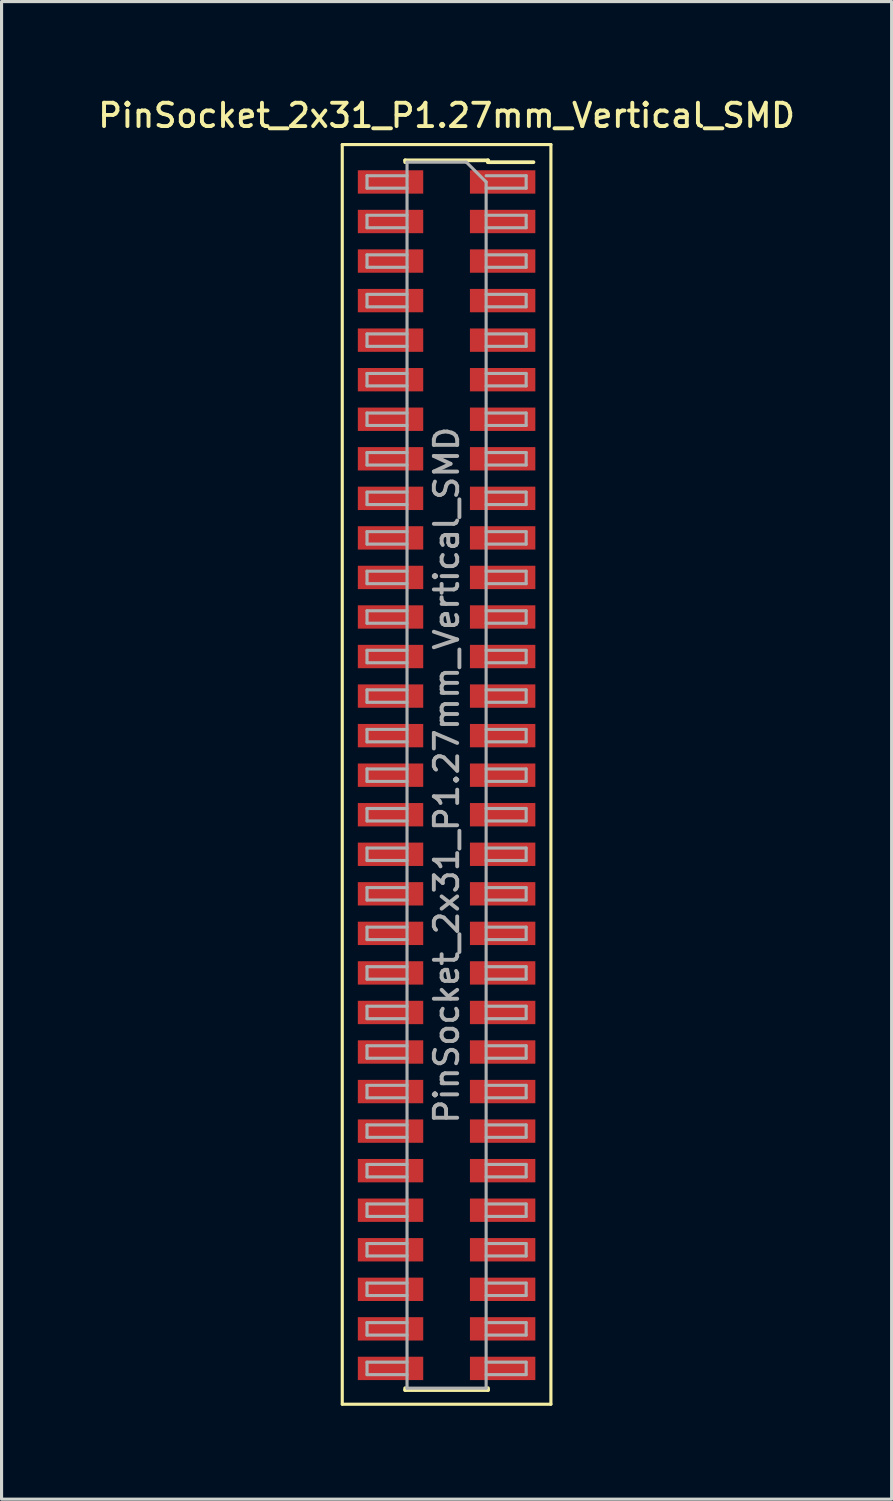
<source format=kicad_pcb>
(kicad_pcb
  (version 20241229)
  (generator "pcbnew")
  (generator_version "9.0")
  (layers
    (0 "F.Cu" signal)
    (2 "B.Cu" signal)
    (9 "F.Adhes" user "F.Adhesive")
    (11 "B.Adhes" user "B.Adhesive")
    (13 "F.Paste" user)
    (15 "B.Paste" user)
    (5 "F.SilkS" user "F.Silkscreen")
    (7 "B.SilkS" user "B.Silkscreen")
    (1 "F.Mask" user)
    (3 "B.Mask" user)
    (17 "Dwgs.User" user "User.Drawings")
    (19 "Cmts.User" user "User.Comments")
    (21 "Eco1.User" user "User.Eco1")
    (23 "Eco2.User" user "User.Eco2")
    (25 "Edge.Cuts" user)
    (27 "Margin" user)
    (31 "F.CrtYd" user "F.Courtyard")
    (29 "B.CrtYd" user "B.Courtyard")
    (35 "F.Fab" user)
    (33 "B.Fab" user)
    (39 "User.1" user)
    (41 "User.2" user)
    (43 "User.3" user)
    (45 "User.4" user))
  (footprint "PinSocket_2x31_P1.27mm_Vertical_SMD"
    (layer "F.Cu")
    (at 11.291 21.843)
    (property "Reference" "PinSocket_2x31_P1.27mm_Vertical_SMD" (at 0 -21.185 0) (layer "F.SilkS") (effects (font (size 0.75 0.75) (thickness 0.125))))
    (attr smd)
    (fp_line (start -3.35 -20.25) (end 3.35 -20.25) (stroke (width 0.1) (type solid)) (layer "F.SilkS"))
    (fp_line (start -3.35 20.2) (end -3.35 -20.25) (stroke (width 0.1) (type solid)) (layer "F.SilkS"))
    (fp_line (start -1.33 -19.745) (end -1.33 -19.685) (stroke (width 0.12) (type solid)) (layer "F.SilkS"))
    (fp_line (start -1.33 -19.745) (end 1.33 -19.745) (stroke (width 0.12) (type solid)) (layer "F.SilkS"))
    (fp_line (start -1.33 19.685) (end -1.33 19.745) (stroke (width 0.12) (type solid)) (layer "F.SilkS"))
    (fp_line (start -1.33 19.745) (end 1.33 19.745) (stroke (width 0.12) (type solid)) (layer "F.SilkS"))
    (fp_line (start 1.33 -19.745) (end 1.33 -19.685) (stroke (width 0.12) (type solid)) (layer "F.SilkS"))
    (fp_line (start 1.33 -19.685) (end 2.79 -19.685) (stroke (width 0.12) (type solid)) (layer "F.SilkS"))
    (fp_line (start 1.33 19.685) (end 1.33 19.745) (stroke (width 0.12) (type solid)) (layer "F.SilkS"))
    (fp_line (start 3.35 -20.25) (end 3.35 20.2) (stroke (width 0.1) (type solid)) (layer "F.SilkS"))
    (fp_line (start 3.35 20.2) (end -3.35 20.2) (stroke (width 0.1) (type solid)) (layer "F.SilkS"))
    (fp_line (start -2.555 -19.25) (end -1.27 -19.25) (stroke (width 0.1) (type solid)) (layer "F.Fab"))
    (fp_line (start -2.555 -18.85) (end -2.555 -19.25) (stroke (width 0.1) (type solid)) (layer "F.Fab"))
    (fp_line (start -2.555 -17.98) (end -1.27 -17.98) (stroke (width 0.1) (type solid)) (layer "F.Fab"))
    (fp_line (start -2.555 -17.58) (end -2.555 -17.98) (stroke (width 0.1) (type solid)) (layer "F.Fab"))
    (fp_line (start -2.555 -16.71) (end -1.27 -16.71) (stroke (width 0.1) (type solid)) (layer "F.Fab"))
    (fp_line (start -2.555 -16.31) (end -2.555 -16.71) (stroke (width 0.1) (type solid)) (layer "F.Fab"))
    (fp_line (start -2.555 -15.44) (end -1.27 -15.44) (stroke (width 0.1) (type solid)) (layer "F.Fab"))
    (fp_line (start -2.555 -15.04) (end -2.555 -15.44) (stroke (width 0.1) (type solid)) (layer "F.Fab"))
    (fp_line (start -2.555 -14.17) (end -1.27 -14.17) (stroke (width 0.1) (type solid)) (layer "F.Fab"))
    (fp_line (start -2.555 -13.77) (end -2.555 -14.17) (stroke (width 0.1) (type solid)) (layer "F.Fab"))
    (fp_line (start -2.555 -12.9) (end -1.27 -12.9) (stroke (width 0.1) (type solid)) (layer "F.Fab"))
    (fp_line (start -2.555 -12.5) (end -2.555 -12.9) (stroke (width 0.1) (type solid)) (layer "F.Fab"))
    (fp_line (start -2.555 -11.63) (end -1.27 -11.63) (stroke (width 0.1) (type solid)) (layer "F.Fab"))
    (fp_line (start -2.555 -11.23) (end -2.555 -11.63) (stroke (width 0.1) (type solid)) (layer "F.Fab"))
    (fp_line (start -2.555 -10.36) (end -1.27 -10.36) (stroke (width 0.1) (type solid)) (layer "F.Fab"))
    (fp_line (start -2.555 -9.96) (end -2.555 -10.36) (stroke (width 0.1) (type solid)) (layer "F.Fab"))
    (fp_line (start -2.555 -9.09) (end -1.27 -9.09) (stroke (width 0.1) (type solid)) (layer "F.Fab"))
    (fp_line (start -2.555 -8.69) (end -2.555 -9.09) (stroke (width 0.1) (type solid)) (layer "F.Fab"))
    (fp_line (start -2.555 -7.82) (end -1.27 -7.82) (stroke (width 0.1) (type solid)) (layer "F.Fab"))
    (fp_line (start -2.555 -7.42) (end -2.555 -7.82) (stroke (width 0.1) (type solid)) (layer "F.Fab"))
    (fp_line (start -2.555 -6.55) (end -1.27 -6.55) (stroke (width 0.1) (type solid)) (layer "F.Fab"))
    (fp_line (start -2.555 -6.15) (end -2.555 -6.55) (stroke (width 0.1) (type solid)) (layer "F.Fab"))
    (fp_line (start -2.555 -5.28) (end -1.27 -5.28) (stroke (width 0.1) (type solid)) (layer "F.Fab"))
    (fp_line (start -2.555 -4.88) (end -2.555 -5.28) (stroke (width 0.1) (type solid)) (layer "F.Fab"))
    (fp_line (start -2.555 -4.01) (end -1.27 -4.01) (stroke (width 0.1) (type solid)) (layer "F.Fab"))
    (fp_line (start -2.555 -3.61) (end -2.555 -4.01) (stroke (width 0.1) (type solid)) (layer "F.Fab"))
    (fp_line (start -2.555 -2.74) (end -1.27 -2.74) (stroke (width 0.1) (type solid)) (layer "F.Fab"))
    (fp_line (start -2.555 -2.34) (end -2.555 -2.74) (stroke (width 0.1) (type solid)) (layer "F.Fab"))
    (fp_line (start -2.555 -1.47) (end -1.27 -1.47) (stroke (width 0.1) (type solid)) (layer "F.Fab"))
    (fp_line (start -2.555 -1.07) (end -2.555 -1.47) (stroke (width 0.1) (type solid)) (layer "F.Fab"))
    (fp_line (start -2.555 -0.2) (end -1.27 -0.2) (stroke (width 0.1) (type solid)) (layer "F.Fab"))
    (fp_line (start -2.555 0.2) (end -2.555 -0.2) (stroke (width 0.1) (type solid)) (layer "F.Fab"))
    (fp_line (start -2.555 1.07) (end -1.27 1.07) (stroke (width 0.1) (type solid)) (layer "F.Fab"))
    (fp_line (start -2.555 1.47) (end -2.555 1.07) (stroke (width 0.1) (type solid)) (layer "F.Fab"))
    (fp_line (start -2.555 2.34) (end -1.27 2.34) (stroke (width 0.1) (type solid)) (layer "F.Fab"))
    (fp_line (start -2.555 2.74) (end -2.555 2.34) (stroke (width 0.1) (type solid)) (layer "F.Fab"))
    (fp_line (start -2.555 3.61) (end -1.27 3.61) (stroke (width 0.1) (type solid)) (layer "F.Fab"))
    (fp_line (start -2.555 4.01) (end -2.555 3.61) (stroke (width 0.1) (type solid)) (layer "F.Fab"))
    (fp_line (start -2.555 4.88) (end -1.27 4.88) (stroke (width 0.1) (type solid)) (layer "F.Fab"))
    (fp_line (start -2.555 5.28) (end -2.555 4.88) (stroke (width 0.1) (type solid)) (layer "F.Fab"))
    (fp_line (start -2.555 6.15) (end -1.27 6.15) (stroke (width 0.1) (type solid)) (layer "F.Fab"))
    (fp_line (start -2.555 6.55) (end -2.555 6.15) (stroke (width 0.1) (type solid)) (layer "F.Fab"))
    (fp_line (start -2.555 7.42) (end -1.27 7.42) (stroke (width 0.1) (type solid)) (layer "F.Fab"))
    (fp_line (start -2.555 7.82) (end -2.555 7.42) (stroke (width 0.1) (type solid)) (layer "F.Fab"))
    (fp_line (start -2.555 8.69) (end -1.27 8.69) (stroke (width 0.1) (type solid)) (layer "F.Fab"))
    (fp_line (start -2.555 9.09) (end -2.555 8.69) (stroke (width 0.1) (type solid)) (layer "F.Fab"))
    (fp_line (start -2.555 9.96) (end -1.27 9.96) (stroke (width 0.1) (type solid)) (layer "F.Fab"))
    (fp_line (start -2.555 10.36) (end -2.555 9.96) (stroke (width 0.1) (type solid)) (layer "F.Fab"))
    (fp_line (start -2.555 11.23) (end -1.27 11.23) (stroke (width 0.1) (type solid)) (layer "F.Fab"))
    (fp_line (start -2.555 11.63) (end -2.555 11.23) (stroke (width 0.1) (type solid)) (layer "F.Fab"))
    (fp_line (start -2.555 12.5) (end -1.27 12.5) (stroke (width 0.1) (type solid)) (layer "F.Fab"))
    (fp_line (start -2.555 12.9) (end -2.555 12.5) (stroke (width 0.1) (type solid)) (layer "F.Fab"))
    (fp_line (start -2.555 13.77) (end -1.27 13.77) (stroke (width 0.1) (type solid)) (layer "F.Fab"))
    (fp_line (start -2.555 14.17) (end -2.555 13.77) (stroke (width 0.1) (type solid)) (layer "F.Fab"))
    (fp_line (start -2.555 15.04) (end -1.27 15.04) (stroke (width 0.1) (type solid)) (layer "F.Fab"))
    (fp_line (start -2.555 15.44) (end -2.555 15.04) (stroke (width 0.1) (type solid)) (layer "F.Fab"))
    (fp_line (start -2.555 16.31) (end -1.27 16.31) (stroke (width 0.1) (type solid)) (layer "F.Fab"))
    (fp_line (start -2.555 16.71) (end -2.555 16.31) (stroke (width 0.1) (type solid)) (layer "F.Fab"))
    (fp_line (start -2.555 17.58) (end -1.27 17.58) (stroke (width 0.1) (type solid)) (layer "F.Fab"))
    (fp_line (start -2.555 17.98) (end -2.555 17.58) (stroke (width 0.1) (type solid)) (layer "F.Fab"))
    (fp_line (start -2.555 18.85) (end -1.27 18.85) (stroke (width 0.1) (type solid)) (layer "F.Fab"))
    (fp_line (start -2.555 19.25) (end -2.555 18.85) (stroke (width 0.1) (type solid)) (layer "F.Fab"))
    (fp_line (start -1.27 -19.685) (end 0.635 -19.685) (stroke (width 0.1) (type solid)) (layer "F.Fab"))
    (fp_line (start -1.27 -18.85) (end -2.555 -18.85) (stroke (width 0.1) (type solid)) (layer "F.Fab"))
    (fp_line (start -1.27 -17.58) (end -2.555 -17.58) (stroke (width 0.1) (type solid)) (layer "F.Fab"))
    (fp_line (start -1.27 -16.31) (end -2.555 -16.31) (stroke (width 0.1) (type solid)) (layer "F.Fab"))
    (fp_line (start -1.27 -15.04) (end -2.555 -15.04) (stroke (width 0.1) (type solid)) (layer "F.Fab"))
    (fp_line (start -1.27 -13.77) (end -2.555 -13.77) (stroke (width 0.1) (type solid)) (layer "F.Fab"))
    (fp_line (start -1.27 -12.5) (end -2.555 -12.5) (stroke (width 0.1) (type solid)) (layer "F.Fab"))
    (fp_line (start -1.27 -11.23) (end -2.555 -11.23) (stroke (width 0.1) (type solid)) (layer "F.Fab"))
    (fp_line (start -1.27 -9.96) (end -2.555 -9.96) (stroke (width 0.1) (type solid)) (layer "F.Fab"))
    (fp_line (start -1.27 -8.69) (end -2.555 -8.69) (stroke (width 0.1) (type solid)) (layer "F.Fab"))
    (fp_line (start -1.27 -7.42) (end -2.555 -7.42) (stroke (width 0.1) (type solid)) (layer "F.Fab"))
    (fp_line (start -1.27 -6.15) (end -2.555 -6.15) (stroke (width 0.1) (type solid)) (layer "F.Fab"))
    (fp_line (start -1.27 -4.88) (end -2.555 -4.88) (stroke (width 0.1) (type solid)) (layer "F.Fab"))
    (fp_line (start -1.27 -3.61) (end -2.555 -3.61) (stroke (width 0.1) (type solid)) (layer "F.Fab"))
    (fp_line (start -1.27 -2.34) (end -2.555 -2.34) (stroke (width 0.1) (type solid)) (layer "F.Fab"))
    (fp_line (start -1.27 -1.07) (end -2.555 -1.07) (stroke (width 0.1) (type solid)) (layer "F.Fab"))
    (fp_line (start -1.27 0.2) (end -2.555 0.2) (stroke (width 0.1) (type solid)) (layer "F.Fab"))
    (fp_line (start -1.27 1.47) (end -2.555 1.47) (stroke (width 0.1) (type solid)) (layer "F.Fab"))
    (fp_line (start -1.27 2.74) (end -2.555 2.74) (stroke (width 0.1) (type solid)) (layer "F.Fab"))
    (fp_line (start -1.27 4.01) (end -2.555 4.01) (stroke (width 0.1) (type solid)) (layer "F.Fab"))
    (fp_line (start -1.27 5.28) (end -2.555 5.28) (stroke (width 0.1) (type solid)) (layer "F.Fab"))
    (fp_line (start -1.27 6.55) (end -2.555 6.55) (stroke (width 0.1) (type solid)) (layer "F.Fab"))
    (fp_line (start -1.27 7.82) (end -2.555 7.82) (stroke (width 0.1) (type solid)) (layer "F.Fab"))
    (fp_line (start -1.27 9.09) (end -2.555 9.09) (stroke (width 0.1) (type solid)) (layer "F.Fab"))
    (fp_line (start -1.27 10.36) (end -2.555 10.36) (stroke (width 0.1) (type solid)) (layer "F.Fab"))
    (fp_line (start -1.27 11.63) (end -2.555 11.63) (stroke (width 0.1) (type solid)) (layer "F.Fab"))
    (fp_line (start -1.27 12.9) (end -2.555 12.9) (stroke (width 0.1) (type solid)) (layer "F.Fab"))
    (fp_line (start -1.27 14.17) (end -2.555 14.17) (stroke (width 0.1) (type solid)) (layer "F.Fab"))
    (fp_line (start -1.27 15.44) (end -2.555 15.44) (stroke (width 0.1) (type solid)) (layer "F.Fab"))
    (fp_line (start -1.27 16.71) (end -2.555 16.71) (stroke (width 0.1) (type solid)) (layer "F.Fab"))
    (fp_line (start -1.27 17.98) (end -2.555 17.98) (stroke (width 0.1) (type solid)) (layer "F.Fab"))
    (fp_line (start -1.27 19.25) (end -2.555 19.25) (stroke (width 0.1) (type solid)) (layer "F.Fab"))
    (fp_line (start -1.27 19.685) (end -1.27 -19.685) (stroke (width 0.1) (type solid)) (layer "F.Fab"))
    (fp_line (start 0.635 -19.685) (end 1.27 -19.05) (stroke (width 0.1) (type solid)) (layer "F.Fab"))
    (fp_line (start 1.27 -19.25) (end 2.555 -19.25) (stroke (width 0.1) (type solid)) (layer "F.Fab"))
    (fp_line (start 1.27 -19.05) (end 1.27 19.685) (stroke (width 0.1) (type solid)) (layer "F.Fab"))
    (fp_line (start 1.27 -17.98) (end 2.555 -17.98) (stroke (width 0.1) (type solid)) (layer "F.Fab"))
    (fp_line (start 1.27 -16.71) (end 2.555 -16.71) (stroke (width 0.1) (type solid)) (layer "F.Fab"))
    (fp_line (start 1.27 -15.44) (end 2.555 -15.44) (stroke (width 0.1) (type solid)) (layer "F.Fab"))
    (fp_line (start 1.27 -14.17) (end 2.555 -14.17) (stroke (width 0.1) (type solid)) (layer "F.Fab"))
    (fp_line (start 1.27 -12.9) (end 2.555 -12.9) (stroke (width 0.1) (type solid)) (layer "F.Fab"))
    (fp_line (start 1.27 -11.63) (end 2.555 -11.63) (stroke (width 0.1) (type solid)) (layer "F.Fab"))
    (fp_line (start 1.27 -10.36) (end 2.555 -10.36) (stroke (width 0.1) (type solid)) (layer "F.Fab"))
    (fp_line (start 1.27 -9.09) (end 2.555 -9.09) (stroke (width 0.1) (type solid)) (layer "F.Fab"))
    (fp_line (start 1.27 -7.82) (end 2.555 -7.82) (stroke (width 0.1) (type solid)) (layer "F.Fab"))
    (fp_line (start 1.27 -6.55) (end 2.555 -6.55) (stroke (width 0.1) (type solid)) (layer "F.Fab"))
    (fp_line (start 1.27 -5.28) (end 2.555 -5.28) (stroke (width 0.1) (type solid)) (layer "F.Fab"))
    (fp_line (start 1.27 -4.01) (end 2.555 -4.01) (stroke (width 0.1) (type solid)) (layer "F.Fab"))
    (fp_line (start 1.27 -2.74) (end 2.555 -2.74) (stroke (width 0.1) (type solid)) (layer "F.Fab"))
    (fp_line (start 1.27 -1.47) (end 2.555 -1.47) (stroke (width 0.1) (type solid)) (layer "F.Fab"))
    (fp_line (start 1.27 -0.2) (end 2.555 -0.2) (stroke (width 0.1) (type solid)) (layer "F.Fab"))
    (fp_line (start 1.27 1.07) (end 2.555 1.07) (stroke (width 0.1) (type solid)) (layer "F.Fab"))
    (fp_line (start 1.27 2.34) (end 2.555 2.34) (stroke (width 0.1) (type solid)) (layer "F.Fab"))
    (fp_line (start 1.27 3.61) (end 2.555 3.61) (stroke (width 0.1) (type solid)) (layer "F.Fab"))
    (fp_line (start 1.27 4.88) (end 2.555 4.88) (stroke (width 0.1) (type solid)) (layer "F.Fab"))
    (fp_line (start 1.27 6.15) (end 2.555 6.15) (stroke (width 0.1) (type solid)) (layer "F.Fab"))
    (fp_line (start 1.27 7.42) (end 2.555 7.42) (stroke (width 0.1) (type solid)) (layer "F.Fab"))
    (fp_line (start 1.27 8.69) (end 2.555 8.69) (stroke (width 0.1) (type solid)) (layer "F.Fab"))
    (fp_line (start 1.27 9.96) (end 2.555 9.96) (stroke (width 0.1) (type solid)) (layer "F.Fab"))
    (fp_line (start 1.27 11.23) (end 2.555 11.23) (stroke (width 0.1) (type solid)) (layer "F.Fab"))
    (fp_line (start 1.27 12.5) (end 2.555 12.5) (stroke (width 0.1) (type solid)) (layer "F.Fab"))
    (fp_line (start 1.27 13.77) (end 2.555 13.77) (stroke (width 0.1) (type solid)) (layer "F.Fab"))
    (fp_line (start 1.27 15.04) (end 2.555 15.04) (stroke (width 0.1) (type solid)) (layer "F.Fab"))
    (fp_line (start 1.27 16.31) (end 2.555 16.31) (stroke (width 0.1) (type solid)) (layer "F.Fab"))
    (fp_line (start 1.27 17.58) (end 2.555 17.58) (stroke (width 0.1) (type solid)) (layer "F.Fab"))
    (fp_line (start 1.27 18.85) (end 2.555 18.85) (stroke (width 0.1) (type solid)) (layer "F.Fab"))
    (fp_line (start 1.27 19.685) (end -1.27 19.685) (stroke (width 0.1) (type solid)) (layer "F.Fab"))
    (fp_line (start 2.555 -19.25) (end 2.555 -18.85) (stroke (width 0.1) (type solid)) (layer "F.Fab"))
    (fp_line (start 2.555 -18.85) (end 1.27 -18.85) (stroke (width 0.1) (type solid)) (layer "F.Fab"))
    (fp_line (start 2.555 -17.98) (end 2.555 -17.58) (stroke (width 0.1) (type solid)) (layer "F.Fab"))
    (fp_line (start 2.555 -17.58) (end 1.27 -17.58) (stroke (width 0.1) (type solid)) (layer "F.Fab"))
    (fp_line (start 2.555 -16.71) (end 2.555 -16.31) (stroke (width 0.1) (type solid)) (layer "F.Fab"))
    (fp_line (start 2.555 -16.31) (end 1.27 -16.31) (stroke (width 0.1) (type solid)) (layer "F.Fab"))
    (fp_line (start 2.555 -15.44) (end 2.555 -15.04) (stroke (width 0.1) (type solid)) (layer "F.Fab"))
    (fp_line (start 2.555 -15.04) (end 1.27 -15.04) (stroke (width 0.1) (type solid)) (layer "F.Fab"))
    (fp_line (start 2.555 -14.17) (end 2.555 -13.77) (stroke (width 0.1) (type solid)) (layer "F.Fab"))
    (fp_line (start 2.555 -13.77) (end 1.27 -13.77) (stroke (width 0.1) (type solid)) (layer "F.Fab"))
    (fp_line (start 2.555 -12.9) (end 2.555 -12.5) (stroke (width 0.1) (type solid)) (layer "F.Fab"))
    (fp_line (start 2.555 -12.5) (end 1.27 -12.5) (stroke (width 0.1) (type solid)) (layer "F.Fab"))
    (fp_line (start 2.555 -11.63) (end 2.555 -11.23) (stroke (width 0.1) (type solid)) (layer "F.Fab"))
    (fp_line (start 2.555 -11.23) (end 1.27 -11.23) (stroke (width 0.1) (type solid)) (layer "F.Fab"))
    (fp_line (start 2.555 -10.36) (end 2.555 -9.96) (stroke (width 0.1) (type solid)) (layer "F.Fab"))
    (fp_line (start 2.555 -9.96) (end 1.27 -9.96) (stroke (width 0.1) (type solid)) (layer "F.Fab"))
    (fp_line (start 2.555 -9.09) (end 2.555 -8.69) (stroke (width 0.1) (type solid)) (layer "F.Fab"))
    (fp_line (start 2.555 -8.69) (end 1.27 -8.69) (stroke (width 0.1) (type solid)) (layer "F.Fab"))
    (fp_line (start 2.555 -7.82) (end 2.555 -7.42) (stroke (width 0.1) (type solid)) (layer "F.Fab"))
    (fp_line (start 2.555 -7.42) (end 1.27 -7.42) (stroke (width 0.1) (type solid)) (layer "F.Fab"))
    (fp_line (start 2.555 -6.55) (end 2.555 -6.15) (stroke (width 0.1) (type solid)) (layer "F.Fab"))
    (fp_line (start 2.555 -6.15) (end 1.27 -6.15) (stroke (width 0.1) (type solid)) (layer "F.Fab"))
    (fp_line (start 2.555 -5.28) (end 2.555 -4.88) (stroke (width 0.1) (type solid)) (layer "F.Fab"))
    (fp_line (start 2.555 -4.88) (end 1.27 -4.88) (stroke (width 0.1) (type solid)) (layer "F.Fab"))
    (fp_line (start 2.555 -4.01) (end 2.555 -3.61) (stroke (width 0.1) (type solid)) (layer "F.Fab"))
    (fp_line (start 2.555 -3.61) (end 1.27 -3.61) (stroke (width 0.1) (type solid)) (layer "F.Fab"))
    (fp_line (start 2.555 -2.74) (end 2.555 -2.34) (stroke (width 0.1) (type solid)) (layer "F.Fab"))
    (fp_line (start 2.555 -2.34) (end 1.27 -2.34) (stroke (width 0.1) (type solid)) (layer "F.Fab"))
    (fp_line (start 2.555 -1.47) (end 2.555 -1.07) (stroke (width 0.1) (type solid)) (layer "F.Fab"))
    (fp_line (start 2.555 -1.07) (end 1.27 -1.07) (stroke (width 0.1) (type solid)) (layer "F.Fab"))
    (fp_line (start 2.555 -0.2) (end 2.555 0.2) (stroke (width 0.1) (type solid)) (layer "F.Fab"))
    (fp_line (start 2.555 0.2) (end 1.27 0.2) (stroke (width 0.1) (type solid)) (layer "F.Fab"))
    (fp_line (start 2.555 1.07) (end 2.555 1.47) (stroke (width 0.1) (type solid)) (layer "F.Fab"))
    (fp_line (start 2.555 1.47) (end 1.27 1.47) (stroke (width 0.1) (type solid)) (layer "F.Fab"))
    (fp_line (start 2.555 2.34) (end 2.555 2.74) (stroke (width 0.1) (type solid)) (layer "F.Fab"))
    (fp_line (start 2.555 2.74) (end 1.27 2.74) (stroke (width 0.1) (type solid)) (layer "F.Fab"))
    (fp_line (start 2.555 3.61) (end 2.555 4.01) (stroke (width 0.1) (type solid)) (layer "F.Fab"))
    (fp_line (start 2.555 4.01) (end 1.27 4.01) (stroke (width 0.1) (type solid)) (layer "F.Fab"))
    (fp_line (start 2.555 4.88) (end 2.555 5.28) (stroke (width 0.1) (type solid)) (layer "F.Fab"))
    (fp_line (start 2.555 5.28) (end 1.27 5.28) (stroke (width 0.1) (type solid)) (layer "F.Fab"))
    (fp_line (start 2.555 6.15) (end 2.555 6.55) (stroke (width 0.1) (type solid)) (layer "F.Fab"))
    (fp_line (start 2.555 6.55) (end 1.27 6.55) (stroke (width 0.1) (type solid)) (layer "F.Fab"))
    (fp_line (start 2.555 7.42) (end 2.555 7.82) (stroke (width 0.1) (type solid)) (layer "F.Fab"))
    (fp_line (start 2.555 7.82) (end 1.27 7.82) (stroke (width 0.1) (type solid)) (layer "F.Fab"))
    (fp_line (start 2.555 8.69) (end 2.555 9.09) (stroke (width 0.1) (type solid)) (layer "F.Fab"))
    (fp_line (start 2.555 9.09) (end 1.27 9.09) (stroke (width 0.1) (type solid)) (layer "F.Fab"))
    (fp_line (start 2.555 9.96) (end 2.555 10.36) (stroke (width 0.1) (type solid)) (layer "F.Fab"))
    (fp_line (start 2.555 10.36) (end 1.27 10.36) (stroke (width 0.1) (type solid)) (layer "F.Fab"))
    (fp_line (start 2.555 11.23) (end 2.555 11.63) (stroke (width 0.1) (type solid)) (layer "F.Fab"))
    (fp_line (start 2.555 11.63) (end 1.27 11.63) (stroke (width 0.1) (type solid)) (layer "F.Fab"))
    (fp_line (start 2.555 12.5) (end 2.555 12.9) (stroke (width 0.1) (type solid)) (layer "F.Fab"))
    (fp_line (start 2.555 12.9) (end 1.27 12.9) (stroke (width 0.1) (type solid)) (layer "F.Fab"))
    (fp_line (start 2.555 13.77) (end 2.555 14.17) (stroke (width 0.1) (type solid)) (layer "F.Fab"))
    (fp_line (start 2.555 14.17) (end 1.27 14.17) (stroke (width 0.1) (type solid)) (layer "F.Fab"))
    (fp_line (start 2.555 15.04) (end 2.555 15.44) (stroke (width 0.1) (type solid)) (layer "F.Fab"))
    (fp_line (start 2.555 15.44) (end 1.27 15.44) (stroke (width 0.1) (type solid)) (layer "F.Fab"))
    (fp_line (start 2.555 16.31) (end 2.555 16.71) (stroke (width 0.1) (type solid)) (layer "F.Fab"))
    (fp_line (start 2.555 16.71) (end 1.27 16.71) (stroke (width 0.1) (type solid)) (layer "F.Fab"))
    (fp_line (start 2.555 17.58) (end 2.555 17.98) (stroke (width 0.1) (type solid)) (layer "F.Fab"))
    (fp_line (start 2.555 17.98) (end 1.27 17.98) (stroke (width 0.1) (type solid)) (layer "F.Fab"))
    (fp_line (start 2.555 18.85) (end 2.555 19.25) (stroke (width 0.1) (type solid)) (layer "F.Fab"))
    (fp_line (start 2.555 19.25) (end 1.27 19.25) (stroke (width 0.1) (type solid)) (layer "F.Fab"))
    (fp_text user "${REFERENCE}" (at 0 0 90) (layer "F.Fab") (effects (font (size 0.75 0.75) (thickness 0.125))))
    (pad "1" smd rect (at 1.8 -19.05) (size 2.1 0.75) (layers "F.Cu" "F.Mask" "F.Paste"))
    (pad "2" smd rect (at -1.8 -19.05) (size 2.1 0.75) (layers "F.Cu" "F.Mask" "F.Paste"))
    (pad "3" smd rect (at 1.8 -17.78) (size 2.1 0.75) (layers "F.Cu" "F.Mask" "F.Paste"))
    (pad "4" smd rect (at -1.8 -17.78) (size 2.1 0.75) (layers "F.Cu" "F.Mask" "F.Paste"))
    (pad "5" smd rect (at 1.8 -16.51) (size 2.1 0.75) (layers "F.Cu" "F.Mask" "F.Paste"))
    (pad "6" smd rect (at -1.8 -16.51) (size 2.1 0.75) (layers "F.Cu" "F.Mask" "F.Paste"))
    (pad "7" smd rect (at 1.8 -15.24) (size 2.1 0.75) (layers "F.Cu" "F.Mask" "F.Paste"))
    (pad "8" smd rect (at -1.8 -15.24) (size 2.1 0.75) (layers "F.Cu" "F.Mask" "F.Paste"))
    (pad "9" smd rect (at 1.8 -13.97) (size 2.1 0.75) (layers "F.Cu" "F.Mask" "F.Paste"))
    (pad "10" smd rect (at -1.8 -13.97) (size 2.1 0.75) (layers "F.Cu" "F.Mask" "F.Paste"))
    (pad "11" smd rect (at 1.8 -12.7) (size 2.1 0.75) (layers "F.Cu" "F.Mask" "F.Paste"))
    (pad "12" smd rect (at -1.8 -12.7) (size 2.1 0.75) (layers "F.Cu" "F.Mask" "F.Paste"))
    (pad "13" smd rect (at 1.8 -11.43) (size 2.1 0.75) (layers "F.Cu" "F.Mask" "F.Paste"))
    (pad "14" smd rect (at -1.8 -11.43) (size 2.1 0.75) (layers "F.Cu" "F.Mask" "F.Paste"))
    (pad "15" smd rect (at 1.8 -10.16) (size 2.1 0.75) (layers "F.Cu" "F.Mask" "F.Paste"))
    (pad "16" smd rect (at -1.8 -10.16) (size 2.1 0.75) (layers "F.Cu" "F.Mask" "F.Paste"))
    (pad "17" smd rect (at 1.8 -8.89) (size 2.1 0.75) (layers "F.Cu" "F.Mask" "F.Paste"))
    (pad "18" smd rect (at -1.8 -8.89) (size 2.1 0.75) (layers "F.Cu" "F.Mask" "F.Paste"))
    (pad "19" smd rect (at 1.8 -7.62) (size 2.1 0.75) (layers "F.Cu" "F.Mask" "F.Paste"))
    (pad "20" smd rect (at -1.8 -7.62) (size 2.1 0.75) (layers "F.Cu" "F.Mask" "F.Paste"))
    (pad "21" smd rect (at 1.8 -6.35) (size 2.1 0.75) (layers "F.Cu" "F.Mask" "F.Paste"))
    (pad "22" smd rect (at -1.8 -6.35) (size 2.1 0.75) (layers "F.Cu" "F.Mask" "F.Paste"))
    (pad "23" smd rect (at 1.8 -5.08) (size 2.1 0.75) (layers "F.Cu" "F.Mask" "F.Paste"))
    (pad "24" smd rect (at -1.8 -5.08) (size 2.1 0.75) (layers "F.Cu" "F.Mask" "F.Paste"))
    (pad "25" smd rect (at 1.8 -3.81) (size 2.1 0.75) (layers "F.Cu" "F.Mask" "F.Paste"))
    (pad "26" smd rect (at -1.8 -3.81) (size 2.1 0.75) (layers "F.Cu" "F.Mask" "F.Paste"))
    (pad "27" smd rect (at 1.8 -2.54) (size 2.1 0.75) (layers "F.Cu" "F.Mask" "F.Paste"))
    (pad "28" smd rect (at -1.8 -2.54) (size 2.1 0.75) (layers "F.Cu" "F.Mask" "F.Paste"))
    (pad "29" smd rect (at 1.8 -1.27) (size 2.1 0.75) (layers "F.Cu" "F.Mask" "F.Paste"))
    (pad "30" smd rect (at -1.8 -1.27) (size 2.1 0.75) (layers "F.Cu" "F.Mask" "F.Paste"))
    (pad "31" smd rect (at 1.8 0) (size 2.1 0.75) (layers "F.Cu" "F.Mask" "F.Paste"))
    (pad "32" smd rect (at -1.8 0) (size 2.1 0.75) (layers "F.Cu" "F.Mask" "F.Paste"))
    (pad "33" smd rect (at 1.8 1.27) (size 2.1 0.75) (layers "F.Cu" "F.Mask" "F.Paste"))
    (pad "34" smd rect (at -1.8 1.27) (size 2.1 0.75) (layers "F.Cu" "F.Mask" "F.Paste"))
    (pad "35" smd rect (at 1.8 2.54) (size 2.1 0.75) (layers "F.Cu" "F.Mask" "F.Paste"))
    (pad "36" smd rect (at -1.8 2.54) (size 2.1 0.75) (layers "F.Cu" "F.Mask" "F.Paste"))
    (pad "37" smd rect (at 1.8 3.81) (size 2.1 0.75) (layers "F.Cu" "F.Mask" "F.Paste"))
    (pad "38" smd rect (at -1.8 3.81) (size 2.1 0.75) (layers "F.Cu" "F.Mask" "F.Paste"))
    (pad "39" smd rect (at 1.8 5.08) (size 2.1 0.75) (layers "F.Cu" "F.Mask" "F.Paste"))
    (pad "40" smd rect (at -1.8 5.08) (size 2.1 0.75) (layers "F.Cu" "F.Mask" "F.Paste"))
    (pad "41" smd rect (at 1.8 6.35) (size 2.1 0.75) (layers "F.Cu" "F.Mask" "F.Paste"))
    (pad "42" smd rect (at -1.8 6.35) (size 2.1 0.75) (layers "F.Cu" "F.Mask" "F.Paste"))
    (pad "43" smd rect (at 1.8 7.62) (size 2.1 0.75) (layers "F.Cu" "F.Mask" "F.Paste"))
    (pad "44" smd rect (at -1.8 7.62) (size 2.1 0.75) (layers "F.Cu" "F.Mask" "F.Paste"))
    (pad "45" smd rect (at 1.8 8.89) (size 2.1 0.75) (layers "F.Cu" "F.Mask" "F.Paste"))
    (pad "46" smd rect (at -1.8 8.89) (size 2.1 0.75) (layers "F.Cu" "F.Mask" "F.Paste"))
    (pad "47" smd rect (at 1.8 10.16) (size 2.1 0.75) (layers "F.Cu" "F.Mask" "F.Paste"))
    (pad "48" smd rect (at -1.8 10.16) (size 2.1 0.75) (layers "F.Cu" "F.Mask" "F.Paste"))
    (pad "49" smd rect (at 1.8 11.43) (size 2.1 0.75) (layers "F.Cu" "F.Mask" "F.Paste"))
    (pad "50" smd rect (at -1.8 11.43) (size 2.1 0.75) (layers "F.Cu" "F.Mask" "F.Paste"))
    (pad "51" smd rect (at 1.8 12.7) (size 2.1 0.75) (layers "F.Cu" "F.Mask" "F.Paste"))
    (pad "52" smd rect (at -1.8 12.7) (size 2.1 0.75) (layers "F.Cu" "F.Mask" "F.Paste"))
    (pad "53" smd rect (at 1.8 13.97) (size 2.1 0.75) (layers "F.Cu" "F.Mask" "F.Paste"))
    (pad "54" smd rect (at -1.8 13.97) (size 2.1 0.75) (layers "F.Cu" "F.Mask" "F.Paste"))
    (pad "55" smd rect (at 1.8 15.24) (size 2.1 0.75) (layers "F.Cu" "F.Mask" "F.Paste"))
    (pad "56" smd rect (at -1.8 15.24) (size 2.1 0.75) (layers "F.Cu" "F.Mask" "F.Paste"))
    (pad "57" smd rect (at 1.8 16.51) (size 2.1 0.75) (layers "F.Cu" "F.Mask" "F.Paste"))
    (pad "58" smd rect (at -1.8 16.51) (size 2.1 0.75) (layers "F.Cu" "F.Mask" "F.Paste"))
    (pad "59" smd rect (at 1.8 17.78) (size 2.1 0.75) (layers "F.Cu" "F.Mask" "F.Paste"))
    (pad "60" smd rect (at -1.8 17.78) (size 2.1 0.75) (layers "F.Cu" "F.Mask" "F.Paste"))
    (pad "61" smd rect (at 1.8 19.05) (size 2.1 0.75) (layers "F.Cu" "F.Mask" "F.Paste"))
    (pad "62" smd rect (at -1.8 19.05) (size 2.1 0.75) (layers "F.Cu" "F.Mask" "F.Paste")))
  (gr_rect
    (start -3 -3)
    (end 25.582 45.093)
    (stroke (width 0.1) (type default))
    (fill no)
    (layer "Edge.Cuts")))
</source>
